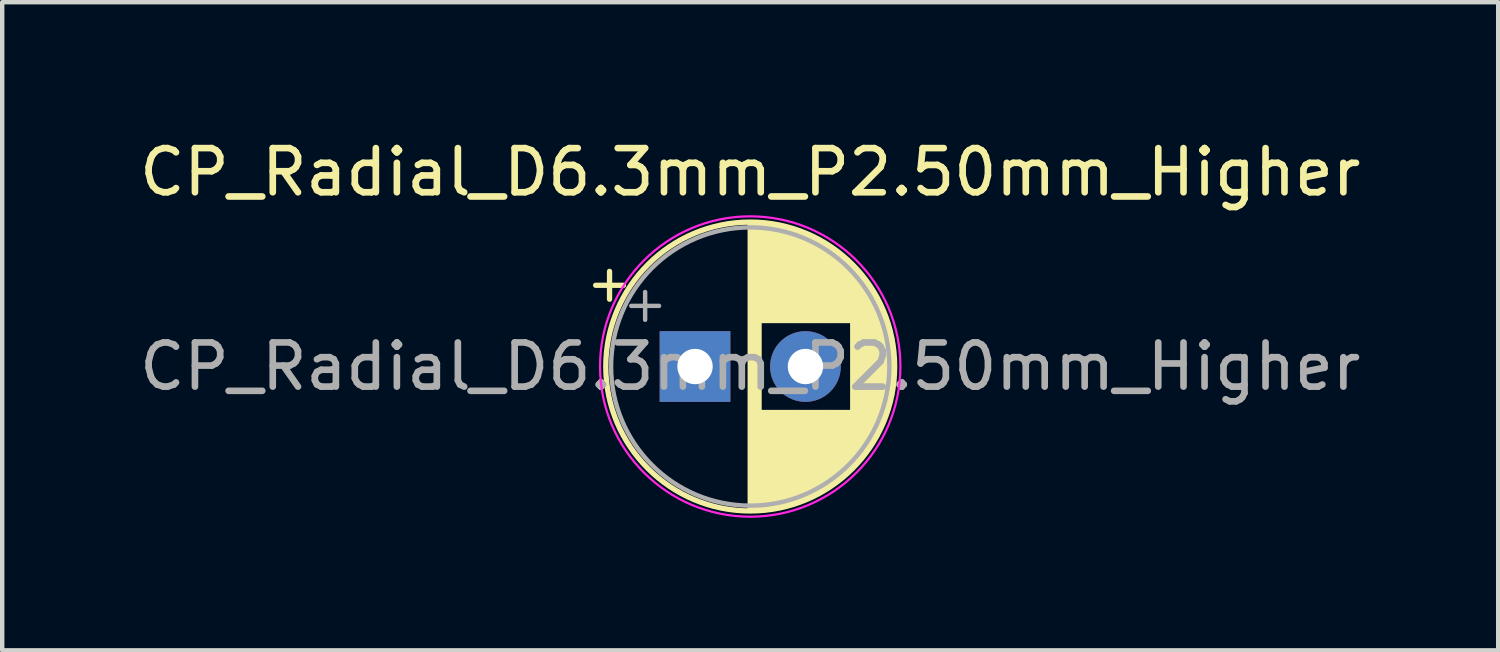
<source format=kicad_pcb>
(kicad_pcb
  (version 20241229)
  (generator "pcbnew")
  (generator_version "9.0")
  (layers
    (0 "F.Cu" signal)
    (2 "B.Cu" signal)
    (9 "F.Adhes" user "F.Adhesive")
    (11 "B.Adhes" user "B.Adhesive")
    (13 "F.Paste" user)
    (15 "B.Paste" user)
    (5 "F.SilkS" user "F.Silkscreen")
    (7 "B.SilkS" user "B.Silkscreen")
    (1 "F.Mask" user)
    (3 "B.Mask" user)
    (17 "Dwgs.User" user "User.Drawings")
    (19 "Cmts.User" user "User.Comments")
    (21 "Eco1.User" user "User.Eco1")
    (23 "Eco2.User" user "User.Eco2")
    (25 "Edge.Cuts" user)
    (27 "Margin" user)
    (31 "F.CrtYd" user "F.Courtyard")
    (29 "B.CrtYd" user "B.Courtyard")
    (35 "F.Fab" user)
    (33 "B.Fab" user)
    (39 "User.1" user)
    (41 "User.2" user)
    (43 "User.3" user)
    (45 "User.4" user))
  (footprint "CP_Radial_D6.3mm_P2.50mm_Higher"
    (layer "F.Cu")
    (at 12.685 5.248)
    (property "Reference" "CP_Radial_D6.3mm_P2.50mm_Higher" (at 1.25 -4.4 0) (layer "F.SilkS") (effects (font (size 1 1) (thickness 0.15))))
    (attr through_hole)
    (fp_line (start -2.25 -1.839) (end -1.62 -1.839) (stroke (width 0.12) (type solid)) (layer "F.SilkS"))
    (fp_line (start -1.935 -2.154) (end -1.935 -1.524) (stroke (width 0.12) (type solid)) (layer "F.SilkS"))
    (fp_line (start 1.25 -3.23) (end 1.25 3.23) (stroke (width 0.12) (type solid)) (layer "F.SilkS"))
    (fp_line (start 1.29 -3.23) (end 1.29 3.23) (stroke (width 0.12) (type solid)) (layer "F.SilkS"))
    (fp_line (start 1.33 -3.23) (end 1.33 3.23) (stroke (width 0.12) (type solid)) (layer "F.SilkS"))
    (fp_line (start 1.37 -3.228) (end 1.37 3.228) (stroke (width 0.12) (type solid)) (layer "F.SilkS"))
    (fp_line (start 1.41 -3.227) (end 1.41 3.227) (stroke (width 0.12) (type solid)) (layer "F.SilkS"))
    (fp_line (start 1.45 -3.224) (end 1.45 3.224) (stroke (width 0.12) (type solid)) (layer "F.SilkS"))
    (fp_line (start 1.49 -3.222) (end 1.49 -1.04) (stroke (width 0.12) (type solid)) (layer "F.SilkS"))
    (fp_line (start 1.49 1.04) (end 1.49 3.222) (stroke (width 0.12) (type solid)) (layer "F.SilkS"))
    (fp_line (start 1.53 -3.218) (end 1.53 -1.04) (stroke (width 0.12) (type solid)) (layer "F.SilkS"))
    (fp_line (start 1.53 1.04) (end 1.53 3.218) (stroke (width 0.12) (type solid)) (layer "F.SilkS"))
    (fp_line (start 1.57 -3.215) (end 1.57 -1.04) (stroke (width 0.12) (type solid)) (layer "F.SilkS"))
    (fp_line (start 1.57 1.04) (end 1.57 3.215) (stroke (width 0.12) (type solid)) (layer "F.SilkS"))
    (fp_line (start 1.61 -3.211) (end 1.61 -1.04) (stroke (width 0.12) (type solid)) (layer "F.SilkS"))
    (fp_line (start 1.61 1.04) (end 1.61 3.211) (stroke (width 0.12) (type solid)) (layer "F.SilkS"))
    (fp_line (start 1.65 -3.206) (end 1.65 -1.04) (stroke (width 0.12) (type solid)) (layer "F.SilkS"))
    (fp_line (start 1.65 1.04) (end 1.65 3.206) (stroke (width 0.12) (type solid)) (layer "F.SilkS"))
    (fp_line (start 1.69 -3.201) (end 1.69 -1.04) (stroke (width 0.12) (type solid)) (layer "F.SilkS"))
    (fp_line (start 1.69 1.04) (end 1.69 3.201) (stroke (width 0.12) (type solid)) (layer "F.SilkS"))
    (fp_line (start 1.73 -3.195) (end 1.73 -1.04) (stroke (width 0.12) (type solid)) (layer "F.SilkS"))
    (fp_line (start 1.73 1.04) (end 1.73 3.195) (stroke (width 0.12) (type solid)) (layer "F.SilkS"))
    (fp_line (start 1.77 -3.189) (end 1.77 -1.04) (stroke (width 0.12) (type solid)) (layer "F.SilkS"))
    (fp_line (start 1.77 1.04) (end 1.77 3.189) (stroke (width 0.12) (type solid)) (layer "F.SilkS"))
    (fp_line (start 1.81 -3.182) (end 1.81 -1.04) (stroke (width 0.12) (type solid)) (layer "F.SilkS"))
    (fp_line (start 1.81 1.04) (end 1.81 3.182) (stroke (width 0.12) (type solid)) (layer "F.SilkS"))
    (fp_line (start 1.85 -3.175) (end 1.85 -1.04) (stroke (width 0.12) (type solid)) (layer "F.SilkS"))
    (fp_line (start 1.85 1.04) (end 1.85 3.175) (stroke (width 0.12) (type solid)) (layer "F.SilkS"))
    (fp_line (start 1.89 -3.167) (end 1.89 -1.04) (stroke (width 0.12) (type solid)) (layer "F.SilkS"))
    (fp_line (start 1.89 1.04) (end 1.89 3.167) (stroke (width 0.12) (type solid)) (layer "F.SilkS"))
    (fp_line (start 1.93 -3.159) (end 1.93 -1.04) (stroke (width 0.12) (type solid)) (layer "F.SilkS"))
    (fp_line (start 1.93 1.04) (end 1.93 3.159) (stroke (width 0.12) (type solid)) (layer "F.SilkS"))
    (fp_line (start 1.971 -3.15) (end 1.971 -1.04) (stroke (width 0.12) (type solid)) (layer "F.SilkS"))
    (fp_line (start 1.971 1.04) (end 1.971 3.15) (stroke (width 0.12) (type solid)) (layer "F.SilkS"))
    (fp_line (start 2.011 -3.141) (end 2.011 -1.04) (stroke (width 0.12) (type solid)) (layer "F.SilkS"))
    (fp_line (start 2.011 1.04) (end 2.011 3.141) (stroke (width 0.12) (type solid)) (layer "F.SilkS"))
    (fp_line (start 2.051 -3.131) (end 2.051 -1.04) (stroke (width 0.12) (type solid)) (layer "F.SilkS"))
    (fp_line (start 2.051 1.04) (end 2.051 3.131) (stroke (width 0.12) (type solid)) (layer "F.SilkS"))
    (fp_line (start 2.091 -3.121) (end 2.091 -1.04) (stroke (width 0.12) (type solid)) (layer "F.SilkS"))
    (fp_line (start 2.091 1.04) (end 2.091 3.121) (stroke (width 0.12) (type solid)) (layer "F.SilkS"))
    (fp_line (start 2.131 -3.11) (end 2.131 -1.04) (stroke (width 0.12) (type solid)) (layer "F.SilkS"))
    (fp_line (start 2.131 1.04) (end 2.131 3.11) (stroke (width 0.12) (type solid)) (layer "F.SilkS"))
    (fp_line (start 2.171 -3.098) (end 2.171 -1.04) (stroke (width 0.12) (type solid)) (layer "F.SilkS"))
    (fp_line (start 2.171 1.04) (end 2.171 3.098) (stroke (width 0.12) (type solid)) (layer "F.SilkS"))
    (fp_line (start 2.211 -3.086) (end 2.211 -1.04) (stroke (width 0.12) (type solid)) (layer "F.SilkS"))
    (fp_line (start 2.211 1.04) (end 2.211 3.086) (stroke (width 0.12) (type solid)) (layer "F.SilkS"))
    (fp_line (start 2.251 -3.074) (end 2.251 -1.04) (stroke (width 0.12) (type solid)) (layer "F.SilkS"))
    (fp_line (start 2.251 1.04) (end 2.251 3.074) (stroke (width 0.12) (type solid)) (layer "F.SilkS"))
    (fp_line (start 2.291 -3.061) (end 2.291 -1.04) (stroke (width 0.12) (type solid)) (layer "F.SilkS"))
    (fp_line (start 2.291 1.04) (end 2.291 3.061) (stroke (width 0.12) (type solid)) (layer "F.SilkS"))
    (fp_line (start 2.331 -3.047) (end 2.331 -1.04) (stroke (width 0.12) (type solid)) (layer "F.SilkS"))
    (fp_line (start 2.331 1.04) (end 2.331 3.047) (stroke (width 0.12) (type solid)) (layer "F.SilkS"))
    (fp_line (start 2.371 -3.033) (end 2.371 -1.04) (stroke (width 0.12) (type solid)) (layer "F.SilkS"))
    (fp_line (start 2.371 1.04) (end 2.371 3.033) (stroke (width 0.12) (type solid)) (layer "F.SilkS"))
    (fp_line (start 2.411 -3.018) (end 2.411 -1.04) (stroke (width 0.12) (type solid)) (layer "F.SilkS"))
    (fp_line (start 2.411 1.04) (end 2.411 3.018) (stroke (width 0.12) (type solid)) (layer "F.SilkS"))
    (fp_line (start 2.451 -3.002) (end 2.451 -1.04) (stroke (width 0.12) (type solid)) (layer "F.SilkS"))
    (fp_line (start 2.451 1.04) (end 2.451 3.002) (stroke (width 0.12) (type solid)) (layer "F.SilkS"))
    (fp_line (start 2.491 -2.986) (end 2.491 -1.04) (stroke (width 0.12) (type solid)) (layer "F.SilkS"))
    (fp_line (start 2.491 1.04) (end 2.491 2.986) (stroke (width 0.12) (type solid)) (layer "F.SilkS"))
    (fp_line (start 2.531 -2.97) (end 2.531 -1.04) (stroke (width 0.12) (type solid)) (layer "F.SilkS"))
    (fp_line (start 2.531 1.04) (end 2.531 2.97) (stroke (width 0.12) (type solid)) (layer "F.SilkS"))
    (fp_line (start 2.571 -2.952) (end 2.571 -1.04) (stroke (width 0.12) (type solid)) (layer "F.SilkS"))
    (fp_line (start 2.571 1.04) (end 2.571 2.952) (stroke (width 0.12) (type solid)) (layer "F.SilkS"))
    (fp_line (start 2.611 -2.934) (end 2.611 -1.04) (stroke (width 0.12) (type solid)) (layer "F.SilkS"))
    (fp_line (start 2.611 1.04) (end 2.611 2.934) (stroke (width 0.12) (type solid)) (layer "F.SilkS"))
    (fp_line (start 2.651 -2.916) (end 2.651 -1.04) (stroke (width 0.12) (type solid)) (layer "F.SilkS"))
    (fp_line (start 2.651 1.04) (end 2.651 2.916) (stroke (width 0.12) (type solid)) (layer "F.SilkS"))
    (fp_line (start 2.691 -2.896) (end 2.691 -1.04) (stroke (width 0.12) (type solid)) (layer "F.SilkS"))
    (fp_line (start 2.691 1.04) (end 2.691 2.896) (stroke (width 0.12) (type solid)) (layer "F.SilkS"))
    (fp_line (start 2.731 -2.876) (end 2.731 -1.04) (stroke (width 0.12) (type solid)) (layer "F.SilkS"))
    (fp_line (start 2.731 1.04) (end 2.731 2.876) (stroke (width 0.12) (type solid)) (layer "F.SilkS"))
    (fp_line (start 2.771 -2.856) (end 2.771 -1.04) (stroke (width 0.12) (type solid)) (layer "F.SilkS"))
    (fp_line (start 2.771 1.04) (end 2.771 2.856) (stroke (width 0.12) (type solid)) (layer "F.SilkS"))
    (fp_line (start 2.811 -2.834) (end 2.811 -1.04) (stroke (width 0.12) (type solid)) (layer "F.SilkS"))
    (fp_line (start 2.811 1.04) (end 2.811 2.834) (stroke (width 0.12) (type solid)) (layer "F.SilkS"))
    (fp_line (start 2.851 -2.812) (end 2.851 -1.04) (stroke (width 0.12) (type solid)) (layer "F.SilkS"))
    (fp_line (start 2.851 1.04) (end 2.851 2.812) (stroke (width 0.12) (type solid)) (layer "F.SilkS"))
    (fp_line (start 2.891 -2.79) (end 2.891 -1.04) (stroke (width 0.12) (type solid)) (layer "F.SilkS"))
    (fp_line (start 2.891 1.04) (end 2.891 2.79) (stroke (width 0.12) (type solid)) (layer "F.SilkS"))
    (fp_line (start 2.931 -2.766) (end 2.931 -1.04) (stroke (width 0.12) (type solid)) (layer "F.SilkS"))
    (fp_line (start 2.931 1.04) (end 2.931 2.766) (stroke (width 0.12) (type solid)) (layer "F.SilkS"))
    (fp_line (start 2.971 -2.742) (end 2.971 -1.04) (stroke (width 0.12) (type solid)) (layer "F.SilkS"))
    (fp_line (start 2.971 1.04) (end 2.971 2.742) (stroke (width 0.12) (type solid)) (layer "F.SilkS"))
    (fp_line (start 3.011 -2.716) (end 3.011 -1.04) (stroke (width 0.12) (type solid)) (layer "F.SilkS"))
    (fp_line (start 3.011 1.04) (end 3.011 2.716) (stroke (width 0.12) (type solid)) (layer "F.SilkS"))
    (fp_line (start 3.051 -2.69) (end 3.051 -1.04) (stroke (width 0.12) (type solid)) (layer "F.SilkS"))
    (fp_line (start 3.051 1.04) (end 3.051 2.69) (stroke (width 0.12) (type solid)) (layer "F.SilkS"))
    (fp_line (start 3.091 -2.664) (end 3.091 -1.04) (stroke (width 0.12) (type solid)) (layer "F.SilkS"))
    (fp_line (start 3.091 1.04) (end 3.091 2.664) (stroke (width 0.12) (type solid)) (layer "F.SilkS"))
    (fp_line (start 3.131 -2.636) (end 3.131 -1.04) (stroke (width 0.12) (type solid)) (layer "F.SilkS"))
    (fp_line (start 3.131 1.04) (end 3.131 2.636) (stroke (width 0.12) (type solid)) (layer "F.SilkS"))
    (fp_line (start 3.171 -2.607) (end 3.171 -1.04) (stroke (width 0.12) (type solid)) (layer "F.SilkS"))
    (fp_line (start 3.171 1.04) (end 3.171 2.607) (stroke (width 0.12) (type solid)) (layer "F.SilkS"))
    (fp_line (start 3.211 -2.578) (end 3.211 -1.04) (stroke (width 0.12) (type solid)) (layer "F.SilkS"))
    (fp_line (start 3.211 1.04) (end 3.211 2.578) (stroke (width 0.12) (type solid)) (layer "F.SilkS"))
    (fp_line (start 3.251 -2.548) (end 3.251 -1.04) (stroke (width 0.12) (type solid)) (layer "F.SilkS"))
    (fp_line (start 3.251 1.04) (end 3.251 2.548) (stroke (width 0.12) (type solid)) (layer "F.SilkS"))
    (fp_line (start 3.291 -2.516) (end 3.291 -1.04) (stroke (width 0.12) (type solid)) (layer "F.SilkS"))
    (fp_line (start 3.291 1.04) (end 3.291 2.516) (stroke (width 0.12) (type solid)) (layer "F.SilkS"))
    (fp_line (start 3.331 -2.484) (end 3.331 -1.04) (stroke (width 0.12) (type solid)) (layer "F.SilkS"))
    (fp_line (start 3.331 1.04) (end 3.331 2.484) (stroke (width 0.12) (type solid)) (layer "F.SilkS"))
    (fp_line (start 3.371 -2.45) (end 3.371 -1.04) (stroke (width 0.12) (type solid)) (layer "F.SilkS"))
    (fp_line (start 3.371 1.04) (end 3.371 2.45) (stroke (width 0.12) (type solid)) (layer "F.SilkS"))
    (fp_line (start 3.411 -2.416) (end 3.411 -1.04) (stroke (width 0.12) (type solid)) (layer "F.SilkS"))
    (fp_line (start 3.411 1.04) (end 3.411 2.416) (stroke (width 0.12) (type solid)) (layer "F.SilkS"))
    (fp_line (start 3.451 -2.38) (end 3.451 -1.04) (stroke (width 0.12) (type solid)) (layer "F.SilkS"))
    (fp_line (start 3.451 1.04) (end 3.451 2.38) (stroke (width 0.12) (type solid)) (layer "F.SilkS"))
    (fp_line (start 3.491 -2.343) (end 3.491 -1.04) (stroke (width 0.12) (type solid)) (layer "F.SilkS"))
    (fp_line (start 3.491 1.04) (end 3.491 2.343) (stroke (width 0.12) (type solid)) (layer "F.SilkS"))
    (fp_line (start 3.531 -2.305) (end 3.531 -1.04) (stroke (width 0.12) (type solid)) (layer "F.SilkS"))
    (fp_line (start 3.531 1.04) (end 3.531 2.305) (stroke (width 0.12) (type solid)) (layer "F.SilkS"))
    (fp_line (start 3.571 -2.265) (end 3.571 2.265) (stroke (width 0.12) (type solid)) (layer "F.SilkS"))
    (fp_line (start 3.611 -2.224) (end 3.611 2.224) (stroke (width 0.12) (type solid)) (layer "F.SilkS"))
    (fp_line (start 3.651 -2.182) (end 3.651 2.182) (stroke (width 0.12) (type solid)) (layer "F.SilkS"))
    (fp_line (start 3.691 -2.137) (end 3.691 2.137) (stroke (width 0.12) (type solid)) (layer "F.SilkS"))
    (fp_line (start 3.731 -2.092) (end 3.731 2.092) (stroke (width 0.12) (type solid)) (layer "F.SilkS"))
    (fp_line (start 3.771 -2.044) (end 3.771 2.044) (stroke (width 0.12) (type solid)) (layer "F.SilkS"))
    (fp_line (start 3.811 -1.995) (end 3.811 1.995) (stroke (width 0.12) (type solid)) (layer "F.SilkS"))
    (fp_line (start 3.851 -1.944) (end 3.851 1.944) (stroke (width 0.12) (type solid)) (layer "F.SilkS"))
    (fp_line (start 3.891 -1.89) (end 3.891 1.89) (stroke (width 0.12) (type solid)) (layer "F.SilkS"))
    (fp_line (start 3.931 -1.834) (end 3.931 1.834) (stroke (width 0.12) (type solid)) (layer "F.SilkS"))
    (fp_line (start 3.971 -1.776) (end 3.971 1.776) (stroke (width 0.12) (type solid)) (layer "F.SilkS"))
    (fp_line (start 4.011 -1.714) (end 4.011 1.714) (stroke (width 0.12) (type solid)) (layer "F.SilkS"))
    (fp_line (start 4.051 -1.65) (end 4.051 1.65) (stroke (width 0.12) (type solid)) (layer "F.SilkS"))
    (fp_line (start 4.091 -1.581) (end 4.091 1.581) (stroke (width 0.12) (type solid)) (layer "F.SilkS"))
    (fp_line (start 4.131 -1.509) (end 4.131 1.509) (stroke (width 0.12) (type solid)) (layer "F.SilkS"))
    (fp_line (start 4.171 -1.432) (end 4.171 1.432) (stroke (width 0.12) (type solid)) (layer "F.SilkS"))
    (fp_line (start 4.211 -1.35) (end 4.211 1.35) (stroke (width 0.12) (type solid)) (layer "F.SilkS"))
    (fp_line (start 4.251 -1.262) (end 4.251 1.262) (stroke (width 0.12) (type solid)) (layer "F.SilkS"))
    (fp_line (start 4.291 -1.165) (end 4.291 1.165) (stroke (width 0.12) (type solid)) (layer "F.SilkS"))
    (fp_line (start 4.331 -1.059) (end 4.331 1.059) (stroke (width 0.12) (type solid)) (layer "F.SilkS"))
    (fp_line (start 4.371 -0.94) (end 4.371 0.94) (stroke (width 0.12) (type solid)) (layer "F.SilkS"))
    (fp_line (start 4.411 -0.802) (end 4.411 0.802) (stroke (width 0.12) (type solid)) (layer "F.SilkS"))
    (fp_line (start 4.451 -0.633) (end 4.451 0.633) (stroke (width 0.12) (type solid)) (layer "F.SilkS"))
    (fp_line (start 4.491 -0.402) (end 4.491 0.402) (stroke (width 0.12) (type solid)) (layer "F.SilkS"))
    (fp_circle (center 1.25 0) (end 4.52 0) (stroke (width 0.12) (type solid)) (fill no) (layer "F.SilkS"))
    (fp_circle (center 1.25 0) (end 4.65 0) (stroke (width 0.05) (type solid)) (fill no) (layer "F.CrtYd"))
    (fp_line (start -1.444 -1.373) (end -0.814 -1.373) (stroke (width 0.1) (type solid)) (layer "F.Fab"))
    (fp_line (start -1.129 -1.688) (end -1.129 -1.058) (stroke (width 0.1) (type solid)) (layer "F.Fab"))
    (fp_circle (center 1.25 0) (end 4.4 0) (stroke (width 0.1) (type solid)) (fill no) (layer "F.Fab"))
    (fp_text user "${REFERENCE}" (at 1.25 0 0) (layer "F.Fab") (effects (font (size 1 1) (thickness 0.15))))
    (pad "1" thru_hole rect (at 0 0) (size 1.6 1.6) (drill 0.8) (layers "*.Cu" "*.Mask"))
    (pad "2" thru_hole circle (at 2.5 0) (size 1.6 1.6) (drill 0.8) (layers "*.Cu" "*.Mask")))
  (gr_rect
    (start -3 -3)
    (end 30.869 11.673)
    (stroke (width 0.1) (type default))
    (fill no)
    (layer "Edge.Cuts")))
</source>
